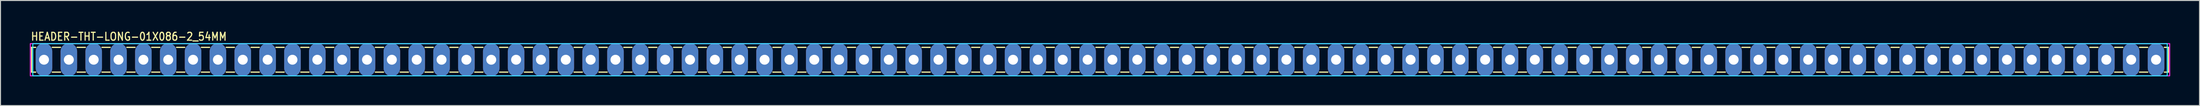
<source format=kicad_pcb>
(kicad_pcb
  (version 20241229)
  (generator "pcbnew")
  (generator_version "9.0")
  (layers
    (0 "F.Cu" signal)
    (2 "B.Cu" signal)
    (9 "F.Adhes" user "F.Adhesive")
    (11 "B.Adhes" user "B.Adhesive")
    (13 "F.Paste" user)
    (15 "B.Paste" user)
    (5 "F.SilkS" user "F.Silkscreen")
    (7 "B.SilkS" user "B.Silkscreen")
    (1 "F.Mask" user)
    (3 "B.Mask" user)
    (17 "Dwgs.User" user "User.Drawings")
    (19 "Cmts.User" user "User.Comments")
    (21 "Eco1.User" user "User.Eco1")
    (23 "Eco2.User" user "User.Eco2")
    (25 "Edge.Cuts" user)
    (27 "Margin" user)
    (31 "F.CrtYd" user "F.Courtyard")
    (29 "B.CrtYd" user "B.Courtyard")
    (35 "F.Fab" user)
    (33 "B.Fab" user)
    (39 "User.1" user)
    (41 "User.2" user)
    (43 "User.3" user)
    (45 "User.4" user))
  (footprint "HEADER-THT-LONG-01X086-2_54MM"
    (layer "F.Cu")
    (at 1.447 3.079)
    (property "Reference" "HEADER-THT-LONG-01X086-2_54MM" (at -1.4 -1.9 0) (unlocked yes) (layer "F.SilkS") (effects (font (size 0.813 0.695) (thickness 0.122)) (justify left bottom)))
    (fp_line (start -1.27 -1.27) (end -1.27 1.27) (stroke (width 0.127) (type solid)) (layer "F.SilkS"))
    (fp_line (start -1.27 1.27) (end -0.85 1.27) (stroke (width 0.127) (type solid)) (layer "F.SilkS"))
    (fp_line (start -0.85 -1.27) (end -1.27 -1.27) (stroke (width 0.127) (type solid)) (layer "F.SilkS"))
    (fp_line (start 0.85 -1.27) (end 1.69 -1.27) (stroke (width 0.127) (type solid)) (layer "F.SilkS"))
    (fp_line (start 0.85 1.27) (end 1.69 1.27) (stroke (width 0.127) (type solid)) (layer "F.SilkS"))
    (fp_line (start 3.39 -1.27) (end 4.23 -1.27) (stroke (width 0.127) (type solid)) (layer "F.SilkS"))
    (fp_line (start 3.39 1.27) (end 4.23 1.27) (stroke (width 0.127) (type solid)) (layer "F.SilkS"))
    (fp_line (start 5.93 -1.27) (end 6.77 -1.27) (stroke (width 0.127) (type solid)) (layer "F.SilkS"))
    (fp_line (start 5.93 1.27) (end 6.77 1.27) (stroke (width 0.127) (type solid)) (layer "F.SilkS"))
    (fp_line (start 8.47 -1.27) (end 9.31 -1.27) (stroke (width 0.127) (type solid)) (layer "F.SilkS"))
    (fp_line (start 8.47 1.27) (end 9.31 1.27) (stroke (width 0.127) (type solid)) (layer "F.SilkS"))
    (fp_line (start 11.01 -1.27) (end 11.85 -1.27) (stroke (width 0.127) (type solid)) (layer "F.SilkS"))
    (fp_line (start 11.01 1.27) (end 11.85 1.27) (stroke (width 0.127) (type solid)) (layer "F.SilkS"))
    (fp_line (start 13.55 -1.27) (end 14.39 -1.27) (stroke (width 0.127) (type solid)) (layer "F.SilkS"))
    (fp_line (start 13.55 1.27) (end 14.39 1.27) (stroke (width 0.127) (type solid)) (layer "F.SilkS"))
    (fp_line (start 16.09 -1.27) (end 16.93 -1.27) (stroke (width 0.127) (type solid)) (layer "F.SilkS"))
    (fp_line (start 16.09 1.27) (end 16.93 1.27) (stroke (width 0.127) (type solid)) (layer "F.SilkS"))
    (fp_line (start 18.63 -1.27) (end 19.47 -1.27) (stroke (width 0.127) (type solid)) (layer "F.SilkS"))
    (fp_line (start 18.63 1.27) (end 19.47 1.27) (stroke (width 0.127) (type solid)) (layer "F.SilkS"))
    (fp_line (start 21.17 -1.27) (end 22.01 -1.27) (stroke (width 0.127) (type solid)) (layer "F.SilkS"))
    (fp_line (start 21.17 1.27) (end 22.01 1.27) (stroke (width 0.127) (type solid)) (layer "F.SilkS"))
    (fp_line (start 23.71 -1.27) (end 24.55 -1.27) (stroke (width 0.127) (type solid)) (layer "F.SilkS"))
    (fp_line (start 23.71 1.27) (end 24.55 1.27) (stroke (width 0.127) (type solid)) (layer "F.SilkS"))
    (fp_line (start 26.25 -1.27) (end 27.09 -1.27) (stroke (width 0.127) (type solid)) (layer "F.SilkS"))
    (fp_line (start 26.25 1.27) (end 27.09 1.27) (stroke (width 0.127) (type solid)) (layer "F.SilkS"))
    (fp_line (start 28.79 -1.27) (end 29.63 -1.27) (stroke (width 0.127) (type solid)) (layer "F.SilkS"))
    (fp_line (start 28.79 1.27) (end 29.63 1.27) (stroke (width 0.127) (type solid)) (layer "F.SilkS"))
    (fp_line (start 31.33 -1.27) (end 32.17 -1.27) (stroke (width 0.127) (type solid)) (layer "F.SilkS"))
    (fp_line (start 31.33 1.27) (end 32.17 1.27) (stroke (width 0.127) (type solid)) (layer "F.SilkS"))
    (fp_line (start 33.87 -1.27) (end 34.71 -1.27) (stroke (width 0.127) (type solid)) (layer "F.SilkS"))
    (fp_line (start 33.87 1.27) (end 34.71 1.27) (stroke (width 0.127) (type solid)) (layer "F.SilkS"))
    (fp_line (start 36.41 -1.27) (end 37.25 -1.27) (stroke (width 0.127) (type solid)) (layer "F.SilkS"))
    (fp_line (start 36.41 1.27) (end 37.25 1.27) (stroke (width 0.127) (type solid)) (layer "F.SilkS"))
    (fp_line (start 38.95 -1.27) (end 39.79 -1.27) (stroke (width 0.127) (type solid)) (layer "F.SilkS"))
    (fp_line (start 38.95 1.27) (end 39.79 1.27) (stroke (width 0.127) (type solid)) (layer "F.SilkS"))
    (fp_line (start 41.49 -1.27) (end 42.33 -1.27) (stroke (width 0.127) (type solid)) (layer "F.SilkS"))
    (fp_line (start 41.49 1.27) (end 42.33 1.27) (stroke (width 0.127) (type solid)) (layer "F.SilkS"))
    (fp_line (start 44.03 -1.27) (end 44.87 -1.27) (stroke (width 0.127) (type solid)) (layer "F.SilkS"))
    (fp_line (start 44.03 1.27) (end 44.87 1.27) (stroke (width 0.127) (type solid)) (layer "F.SilkS"))
    (fp_line (start 46.57 -1.27) (end 47.41 -1.27) (stroke (width 0.127) (type solid)) (layer "F.SilkS"))
    (fp_line (start 46.57 1.27) (end 47.41 1.27) (stroke (width 0.127) (type solid)) (layer "F.SilkS"))
    (fp_line (start 49.11 -1.27) (end 49.95 -1.27) (stroke (width 0.127) (type solid)) (layer "F.SilkS"))
    (fp_line (start 49.11 1.27) (end 49.95 1.27) (stroke (width 0.127) (type solid)) (layer "F.SilkS"))
    (fp_line (start 51.65 -1.27) (end 52.49 -1.27) (stroke (width 0.127) (type solid)) (layer "F.SilkS"))
    (fp_line (start 51.65 1.27) (end 52.49 1.27) (stroke (width 0.127) (type solid)) (layer "F.SilkS"))
    (fp_line (start 54.19 -1.27) (end 55.03 -1.27) (stroke (width 0.127) (type solid)) (layer "F.SilkS"))
    (fp_line (start 54.19 1.27) (end 55.03 1.27) (stroke (width 0.127) (type solid)) (layer "F.SilkS"))
    (fp_line (start 56.73 -1.27) (end 57.57 -1.27) (stroke (width 0.127) (type solid)) (layer "F.SilkS"))
    (fp_line (start 56.73 1.27) (end 57.57 1.27) (stroke (width 0.127) (type solid)) (layer "F.SilkS"))
    (fp_line (start 59.27 -1.27) (end 60.11 -1.27) (stroke (width 0.127) (type solid)) (layer "F.SilkS"))
    (fp_line (start 59.27 1.27) (end 60.11 1.27) (stroke (width 0.127) (type solid)) (layer "F.SilkS"))
    (fp_line (start 61.81 -1.27) (end 62.65 -1.27) (stroke (width 0.127) (type solid)) (layer "F.SilkS"))
    (fp_line (start 61.81 1.27) (end 62.65 1.27) (stroke (width 0.127) (type solid)) (layer "F.SilkS"))
    (fp_line (start 64.35 -1.27) (end 65.19 -1.27) (stroke (width 0.127) (type solid)) (layer "F.SilkS"))
    (fp_line (start 64.35 1.27) (end 65.19 1.27) (stroke (width 0.127) (type solid)) (layer "F.SilkS"))
    (fp_line (start 66.89 -1.27) (end 67.73 -1.27) (stroke (width 0.127) (type solid)) (layer "F.SilkS"))
    (fp_line (start 66.89 1.27) (end 67.73 1.27) (stroke (width 0.127) (type solid)) (layer "F.SilkS"))
    (fp_line (start 69.43 -1.27) (end 70.27 -1.27) (stroke (width 0.127) (type solid)) (layer "F.SilkS"))
    (fp_line (start 69.43 1.27) (end 70.27 1.27) (stroke (width 0.127) (type solid)) (layer "F.SilkS"))
    (fp_line (start 71.97 -1.27) (end 72.81 -1.27) (stroke (width 0.127) (type solid)) (layer "F.SilkS"))
    (fp_line (start 71.97 1.27) (end 72.81 1.27) (stroke (width 0.127) (type solid)) (layer "F.SilkS"))
    (fp_line (start 74.51 -1.27) (end 75.35 -1.27) (stroke (width 0.127) (type solid)) (layer "F.SilkS"))
    (fp_line (start 74.51 1.27) (end 75.35 1.27) (stroke (width 0.127) (type solid)) (layer "F.SilkS"))
    (fp_line (start 77.05 -1.27) (end 77.89 -1.27) (stroke (width 0.127) (type solid)) (layer "F.SilkS"))
    (fp_line (start 77.05 1.27) (end 77.89 1.27) (stroke (width 0.127) (type solid)) (layer "F.SilkS"))
    (fp_line (start 79.59 -1.27) (end 80.43 -1.27) (stroke (width 0.127) (type solid)) (layer "F.SilkS"))
    (fp_line (start 79.59 1.27) (end 80.43 1.27) (stroke (width 0.127) (type solid)) (layer "F.SilkS"))
    (fp_line (start 82.13 -1.27) (end 82.97 -1.27) (stroke (width 0.127) (type solid)) (layer "F.SilkS"))
    (fp_line (start 82.13 1.27) (end 82.97 1.27) (stroke (width 0.127) (type solid)) (layer "F.SilkS"))
    (fp_line (start 84.67 -1.27) (end 85.51 -1.27) (stroke (width 0.127) (type solid)) (layer "F.SilkS"))
    (fp_line (start 84.67 1.27) (end 85.51 1.27) (stroke (width 0.127) (type solid)) (layer "F.SilkS"))
    (fp_line (start 87.21 -1.27) (end 88.05 -1.27) (stroke (width 0.127) (type solid)) (layer "F.SilkS"))
    (fp_line (start 87.21 1.27) (end 88.05 1.27) (stroke (width 0.127) (type solid)) (layer "F.SilkS"))
    (fp_line (start 89.75 -1.27) (end 90.59 -1.27) (stroke (width 0.127) (type solid)) (layer "F.SilkS"))
    (fp_line (start 89.75 1.27) (end 90.59 1.27) (stroke (width 0.127) (type solid)) (layer "F.SilkS"))
    (fp_line (start 92.29 -1.27) (end 93.13 -1.27) (stroke (width 0.127) (type solid)) (layer "F.SilkS"))
    (fp_line (start 92.29 1.27) (end 93.13 1.27) (stroke (width 0.127) (type solid)) (layer "F.SilkS"))
    (fp_line (start 94.83 -1.27) (end 95.67 -1.27) (stroke (width 0.127) (type solid)) (layer "F.SilkS"))
    (fp_line (start 94.83 1.27) (end 95.67 1.27) (stroke (width 0.127) (type solid)) (layer "F.SilkS"))
    (fp_line (start 97.37 -1.27) (end 98.21 -1.27) (stroke (width 0.127) (type solid)) (layer "F.SilkS"))
    (fp_line (start 97.37 1.27) (end 98.21 1.27) (stroke (width 0.127) (type solid)) (layer "F.SilkS"))
    (fp_line (start 99.91 -1.27) (end 100.75 -1.27) (stroke (width 0.127) (type solid)) (layer "F.SilkS"))
    (fp_line (start 99.91 1.27) (end 100.75 1.27) (stroke (width 0.127) (type solid)) (layer "F.SilkS"))
    (fp_line (start 102.45 -1.27) (end 103.29 -1.27) (stroke (width 0.127) (type solid)) (layer "F.SilkS"))
    (fp_line (start 102.45 1.27) (end 103.29 1.27) (stroke (width 0.127) (type solid)) (layer "F.SilkS"))
    (fp_line (start 104.99 -1.27) (end 105.83 -1.27) (stroke (width 0.127) (type solid)) (layer "F.SilkS"))
    (fp_line (start 104.99 1.27) (end 105.83 1.27) (stroke (width 0.127) (type solid)) (layer "F.SilkS"))
    (fp_line (start 107.53 -1.27) (end 108.37 -1.27) (stroke (width 0.127) (type solid)) (layer "F.SilkS"))
    (fp_line (start 107.53 1.27) (end 108.37 1.27) (stroke (width 0.127) (type solid)) (layer "F.SilkS"))
    (fp_line (start 110.07 -1.27) (end 110.91 -1.27) (stroke (width 0.127) (type solid)) (layer "F.SilkS"))
    (fp_line (start 110.07 1.27) (end 110.91 1.27) (stroke (width 0.127) (type solid)) (layer "F.SilkS"))
    (fp_line (start 112.61 -1.27) (end 113.45 -1.27) (stroke (width 0.127) (type solid)) (layer "F.SilkS"))
    (fp_line (start 112.61 1.27) (end 113.45 1.27) (stroke (width 0.127) (type solid)) (layer "F.SilkS"))
    (fp_line (start 115.15 -1.27) (end 115.99 -1.27) (stroke (width 0.127) (type solid)) (layer "F.SilkS"))
    (fp_line (start 115.15 1.27) (end 115.99 1.27) (stroke (width 0.127) (type solid)) (layer "F.SilkS"))
    (fp_line (start 117.69 -1.27) (end 118.53 -1.27) (stroke (width 0.127) (type solid)) (layer "F.SilkS"))
    (fp_line (start 117.69 1.27) (end 118.53 1.27) (stroke (width 0.127) (type solid)) (layer "F.SilkS"))
    (fp_line (start 120.23 -1.27) (end 121.07 -1.27) (stroke (width 0.127) (type solid)) (layer "F.SilkS"))
    (fp_line (start 120.23 1.27) (end 121.07 1.27) (stroke (width 0.127) (type solid)) (layer "F.SilkS"))
    (fp_line (start 122.77 -1.27) (end 123.61 -1.27) (stroke (width 0.127) (type solid)) (layer "F.SilkS"))
    (fp_line (start 122.77 1.27) (end 123.61 1.27) (stroke (width 0.127) (type solid)) (layer "F.SilkS"))
    (fp_line (start 125.31 -1.27) (end 126.15 -1.27) (stroke (width 0.127) (type solid)) (layer "F.SilkS"))
    (fp_line (start 125.31 1.27) (end 126.15 1.27) (stroke (width 0.127) (type solid)) (layer "F.SilkS"))
    (fp_line (start 127.85 -1.27) (end 128.69 -1.27) (stroke (width 0.127) (type solid)) (layer "F.SilkS"))
    (fp_line (start 127.85 1.27) (end 128.69 1.27) (stroke (width 0.127) (type solid)) (layer "F.SilkS"))
    (fp_line (start 130.39 -1.27) (end 131.23 -1.27) (stroke (width 0.127) (type solid)) (layer "F.SilkS"))
    (fp_line (start 130.39 1.27) (end 131.23 1.27) (stroke (width 0.127) (type solid)) (layer "F.SilkS"))
    (fp_line (start 132.93 -1.27) (end 133.77 -1.27) (stroke (width 0.127) (type solid)) (layer "F.SilkS"))
    (fp_line (start 132.93 1.27) (end 133.77 1.27) (stroke (width 0.127) (type solid)) (layer "F.SilkS"))
    (fp_line (start 135.47 -1.27) (end 136.31 -1.27) (stroke (width 0.127) (type solid)) (layer "F.SilkS"))
    (fp_line (start 135.47 1.27) (end 136.31 1.27) (stroke (width 0.127) (type solid)) (layer "F.SilkS"))
    (fp_line (start 138.01 -1.27) (end 138.85 -1.27) (stroke (width 0.127) (type solid)) (layer "F.SilkS"))
    (fp_line (start 138.01 1.27) (end 138.85 1.27) (stroke (width 0.127) (type solid)) (layer "F.SilkS"))
    (fp_line (start 140.55 -1.27) (end 141.39 -1.27) (stroke (width 0.127) (type solid)) (layer "F.SilkS"))
    (fp_line (start 140.55 1.27) (end 141.39 1.27) (stroke (width 0.127) (type solid)) (layer "F.SilkS"))
    (fp_line (start 143.09 -1.27) (end 143.93 -1.27) (stroke (width 0.127) (type solid)) (layer "F.SilkS"))
    (fp_line (start 143.09 1.27) (end 143.93 1.27) (stroke (width 0.127) (type solid)) (layer "F.SilkS"))
    (fp_line (start 145.63 -1.27) (end 146.47 -1.27) (stroke (width 0.127) (type solid)) (layer "F.SilkS"))
    (fp_line (start 145.63 1.27) (end 146.47 1.27) (stroke (width 0.127) (type solid)) (layer "F.SilkS"))
    (fp_line (start 148.17 -1.27) (end 149.01 -1.27) (stroke (width 0.127) (type solid)) (layer "F.SilkS"))
    (fp_line (start 148.17 1.27) (end 149.01 1.27) (stroke (width 0.127) (type solid)) (layer "F.SilkS"))
    (fp_line (start 150.71 -1.27) (end 151.55 -1.27) (stroke (width 0.127) (type solid)) (layer "F.SilkS"))
    (fp_line (start 150.71 1.27) (end 151.55 1.27) (stroke (width 0.127) (type solid)) (layer "F.SilkS"))
    (fp_line (start 153.25 -1.27) (end 154.09 -1.27) (stroke (width 0.127) (type solid)) (layer "F.SilkS"))
    (fp_line (start 153.25 1.27) (end 154.09 1.27) (stroke (width 0.127) (type solid)) (layer "F.SilkS"))
    (fp_line (start 155.79 -1.27) (end 156.63 -1.27) (stroke (width 0.127) (type solid)) (layer "F.SilkS"))
    (fp_line (start 155.79 1.27) (end 156.63 1.27) (stroke (width 0.127) (type solid)) (layer "F.SilkS"))
    (fp_line (start 158.33 -1.27) (end 159.17 -1.27) (stroke (width 0.127) (type solid)) (layer "F.SilkS"))
    (fp_line (start 158.33 1.27) (end 159.17 1.27) (stroke (width 0.127) (type solid)) (layer "F.SilkS"))
    (fp_line (start 160.87 -1.27) (end 161.71 -1.27) (stroke (width 0.127) (type solid)) (layer "F.SilkS"))
    (fp_line (start 160.87 1.27) (end 161.71 1.27) (stroke (width 0.127) (type solid)) (layer "F.SilkS"))
    (fp_line (start 163.41 -1.27) (end 164.25 -1.27) (stroke (width 0.127) (type solid)) (layer "F.SilkS"))
    (fp_line (start 163.41 1.27) (end 164.25 1.27) (stroke (width 0.127) (type solid)) (layer "F.SilkS"))
    (fp_line (start 165.95 -1.27) (end 166.79 -1.27) (stroke (width 0.127) (type solid)) (layer "F.SilkS"))
    (fp_line (start 165.95 1.27) (end 166.79 1.27) (stroke (width 0.127) (type solid)) (layer "F.SilkS"))
    (fp_line (start 168.49 -1.27) (end 169.33 -1.27) (stroke (width 0.127) (type solid)) (layer "F.SilkS"))
    (fp_line (start 168.49 1.27) (end 169.33 1.27) (stroke (width 0.127) (type solid)) (layer "F.SilkS"))
    (fp_line (start 171.03 -1.27) (end 171.87 -1.27) (stroke (width 0.127) (type solid)) (layer "F.SilkS"))
    (fp_line (start 171.03 1.27) (end 171.87 1.27) (stroke (width 0.127) (type solid)) (layer "F.SilkS"))
    (fp_line (start 173.57 -1.27) (end 174.41 -1.27) (stroke (width 0.127) (type solid)) (layer "F.SilkS"))
    (fp_line (start 173.57 1.27) (end 174.41 1.27) (stroke (width 0.127) (type solid)) (layer "F.SilkS"))
    (fp_line (start 176.11 -1.27) (end 176.95 -1.27) (stroke (width 0.127) (type solid)) (layer "F.SilkS"))
    (fp_line (start 176.11 1.27) (end 176.95 1.27) (stroke (width 0.127) (type solid)) (layer "F.SilkS"))
    (fp_line (start 178.65 -1.27) (end 179.49 -1.27) (stroke (width 0.127) (type solid)) (layer "F.SilkS"))
    (fp_line (start 178.65 1.27) (end 179.49 1.27) (stroke (width 0.127) (type solid)) (layer "F.SilkS"))
    (fp_line (start 181.19 -1.27) (end 182.03 -1.27) (stroke (width 0.127) (type solid)) (layer "F.SilkS"))
    (fp_line (start 181.19 1.27) (end 182.03 1.27) (stroke (width 0.127) (type solid)) (layer "F.SilkS"))
    (fp_line (start 183.73 -1.27) (end 184.57 -1.27) (stroke (width 0.127) (type solid)) (layer "F.SilkS"))
    (fp_line (start 183.73 1.27) (end 184.57 1.27) (stroke (width 0.127) (type solid)) (layer "F.SilkS"))
    (fp_line (start 186.27 -1.27) (end 187.11 -1.27) (stroke (width 0.127) (type solid)) (layer "F.SilkS"))
    (fp_line (start 186.27 1.27) (end 187.11 1.27) (stroke (width 0.127) (type solid)) (layer "F.SilkS"))
    (fp_line (start 188.81 -1.27) (end 189.65 -1.27) (stroke (width 0.127) (type solid)) (layer "F.SilkS"))
    (fp_line (start 188.81 1.27) (end 189.65 1.27) (stroke (width 0.127) (type solid)) (layer "F.SilkS"))
    (fp_line (start 191.35 -1.27) (end 192.19 -1.27) (stroke (width 0.127) (type solid)) (layer "F.SilkS"))
    (fp_line (start 191.35 1.27) (end 192.19 1.27) (stroke (width 0.127) (type solid)) (layer "F.SilkS"))
    (fp_line (start 193.89 -1.27) (end 194.73 -1.27) (stroke (width 0.127) (type solid)) (layer "F.SilkS"))
    (fp_line (start 193.89 1.27) (end 194.73 1.27) (stroke (width 0.127) (type solid)) (layer "F.SilkS"))
    (fp_line (start 196.43 -1.27) (end 197.27 -1.27) (stroke (width 0.127) (type solid)) (layer "F.SilkS"))
    (fp_line (start 196.43 1.27) (end 197.27 1.27) (stroke (width 0.127) (type solid)) (layer "F.SilkS"))
    (fp_line (start 198.97 -1.27) (end 199.81 -1.27) (stroke (width 0.127) (type solid)) (layer "F.SilkS"))
    (fp_line (start 198.97 1.27) (end 199.81 1.27) (stroke (width 0.127) (type solid)) (layer "F.SilkS"))
    (fp_line (start 201.51 -1.27) (end 202.35 -1.27) (stroke (width 0.127) (type solid)) (layer "F.SilkS"))
    (fp_line (start 201.51 1.27) (end 202.35 1.27) (stroke (width 0.127) (type solid)) (layer "F.SilkS"))
    (fp_line (start 204.05 -1.27) (end 204.89 -1.27) (stroke (width 0.127) (type solid)) (layer "F.SilkS"))
    (fp_line (start 204.05 1.27) (end 204.89 1.27) (stroke (width 0.127) (type solid)) (layer "F.SilkS"))
    (fp_line (start 206.59 -1.27) (end 207.43 -1.27) (stroke (width 0.127) (type solid)) (layer "F.SilkS"))
    (fp_line (start 206.59 1.27) (end 207.43 1.27) (stroke (width 0.127) (type solid)) (layer "F.SilkS"))
    (fp_line (start 209.13 -1.27) (end 209.97 -1.27) (stroke (width 0.127) (type solid)) (layer "F.SilkS"))
    (fp_line (start 209.13 1.27) (end 209.97 1.27) (stroke (width 0.127) (type solid)) (layer "F.SilkS"))
    (fp_line (start 211.67 -1.27) (end 212.51 -1.27) (stroke (width 0.127) (type solid)) (layer "F.SilkS"))
    (fp_line (start 211.67 1.27) (end 212.51 1.27) (stroke (width 0.127) (type solid)) (layer "F.SilkS"))
    (fp_line (start 214.21 -1.27) (end 215.05 -1.27) (stroke (width 0.127) (type solid)) (layer "F.SilkS"))
    (fp_line (start 214.21 1.27) (end 215.05 1.27) (stroke (width 0.127) (type solid)) (layer "F.SilkS"))
    (fp_line (start 216.75 -1.27) (end 217.17 -1.27) (stroke (width 0.127) (type solid)) (layer "F.SilkS"))
    (fp_line (start 217.17 -1.27) (end 217.17 1.27) (stroke (width 0.127) (type solid)) (layer "F.SilkS"))
    (fp_line (start 217.17 1.27) (end 216.75 1.27) (stroke (width 0.127) (type solid)) (layer "F.SilkS"))
    (fp_poly (pts (xy -1.143 -1.651) (xy 217.043 -1.651) (xy 217.043 1.651) (xy -1.143 1.651)) (stroke (width 0.1) (type solid)) (fill no) (layer "B.CrtYd"))
    (fp_poly (pts (xy -1.397 -1.651) (xy 217.297 -1.651) (xy 217.297 1.651) (xy -1.397 1.651)) (stroke (width 0.1) (type solid)) (fill no) (layer "F.CrtYd"))
    (pad "P$1" thru_hole oval (at 0 0 90) (size 3.387 1.693) (drill 1.016) (layers "*.Cu" "*.Mask"))
    (pad "P$2" thru_hole oval (at 2.54 0 90) (size 3.387 1.693) (drill 1.016) (layers "*.Cu" "*.Mask"))
    (pad "P$3" thru_hole oval (at 5.08 0 90) (size 3.387 1.693) (drill 1.016) (layers "*.Cu" "*.Mask"))
    (pad "P$4" thru_hole oval (at 7.62 0 90) (size 3.387 1.693) (drill 1.016) (layers "*.Cu" "*.Mask"))
    (pad "P$5" thru_hole oval (at 10.16 0 90) (size 3.387 1.693) (drill 1.016) (layers "*.Cu" "*.Mask"))
    (pad "P$6" thru_hole oval (at 12.7 0 90) (size 3.387 1.693) (drill 1.016) (layers "*.Cu" "*.Mask"))
    (pad "P$7" thru_hole oval (at 15.24 0 90) (size 3.387 1.693) (drill 1.016) (layers "*.Cu" "*.Mask"))
    (pad "P$8" thru_hole oval (at 17.78 0 90) (size 3.387 1.693) (drill 1.016) (layers "*.Cu" "*.Mask"))
    (pad "P$9" thru_hole oval (at 20.32 0 90) (size 3.387 1.693) (drill 1.016) (layers "*.Cu" "*.Mask"))
    (pad "P$10" thru_hole oval (at 22.86 0 90) (size 3.387 1.693) (drill 1.016) (layers "*.Cu" "*.Mask"))
    (pad "P$11" thru_hole oval (at 25.4 0 90) (size 3.387 1.693) (drill 1.016) (layers "*.Cu" "*.Mask"))
    (pad "P$12" thru_hole oval (at 27.94 0 90) (size 3.387 1.693) (drill 1.016) (layers "*.Cu" "*.Mask"))
    (pad "P$13" thru_hole oval (at 30.48 0 90) (size 3.387 1.693) (drill 1.016) (layers "*.Cu" "*.Mask"))
    (pad "P$14" thru_hole oval (at 33.02 0 90) (size 3.387 1.693) (drill 1.016) (layers "*.Cu" "*.Mask"))
    (pad "P$15" thru_hole oval (at 35.56 0 90) (size 3.387 1.693) (drill 1.016) (layers "*.Cu" "*.Mask"))
    (pad "P$16" thru_hole oval (at 38.1 0 90) (size 3.387 1.693) (drill 1.016) (layers "*.Cu" "*.Mask"))
    (pad "P$17" thru_hole oval (at 40.64 0 90) (size 3.387 1.693) (drill 1.016) (layers "*.Cu" "*.Mask"))
    (pad "P$18" thru_hole oval (at 43.18 0 90) (size 3.387 1.693) (drill 1.016) (layers "*.Cu" "*.Mask"))
    (pad "P$19" thru_hole oval (at 45.72 0 90) (size 3.387 1.693) (drill 1.016) (layers "*.Cu" "*.Mask"))
    (pad "P$20" thru_hole oval (at 48.26 0 90) (size 3.387 1.693) (drill 1.016) (layers "*.Cu" "*.Mask"))
    (pad "P$21" thru_hole oval (at 50.8 0 90) (size 3.387 1.693) (drill 1.016) (layers "*.Cu" "*.Mask"))
    (pad "P$22" thru_hole oval (at 53.34 0 90) (size 3.387 1.693) (drill 1.016) (layers "*.Cu" "*.Mask"))
    (pad "P$23" thru_hole oval (at 55.88 0 90) (size 3.387 1.693) (drill 1.016) (layers "*.Cu" "*.Mask"))
    (pad "P$24" thru_hole oval (at 58.42 0 90) (size 3.387 1.693) (drill 1.016) (layers "*.Cu" "*.Mask"))
    (pad "P$25" thru_hole oval (at 60.96 0 90) (size 3.387 1.693) (drill 1.016) (layers "*.Cu" "*.Mask"))
    (pad "P$26" thru_hole oval (at 63.5 0 90) (size 3.387 1.693) (drill 1.016) (layers "*.Cu" "*.Mask"))
    (pad "P$27" thru_hole oval (at 66.04 0 90) (size 3.387 1.693) (drill 1.016) (layers "*.Cu" "*.Mask"))
    (pad "P$28" thru_hole oval (at 68.58 0 90) (size 3.387 1.693) (drill 1.016) (layers "*.Cu" "*.Mask"))
    (pad "P$29" thru_hole oval (at 71.12 0 90) (size 3.387 1.693) (drill 1.016) (layers "*.Cu" "*.Mask"))
    (pad "P$30" thru_hole oval (at 73.66 0 90) (size 3.387 1.693) (drill 1.016) (layers "*.Cu" "*.Mask"))
    (pad "P$31" thru_hole oval (at 76.2 0 90) (size 3.387 1.693) (drill 1.016) (layers "*.Cu" "*.Mask"))
    (pad "P$32" thru_hole oval (at 78.74 0 90) (size 3.387 1.693) (drill 1.016) (layers "*.Cu" "*.Mask"))
    (pad "P$33" thru_hole oval (at 81.28 0 90) (size 3.387 1.693) (drill 1.016) (layers "*.Cu" "*.Mask"))
    (pad "P$34" thru_hole oval (at 83.82 0 90) (size 3.387 1.693) (drill 1.016) (layers "*.Cu" "*.Mask"))
    (pad "P$35" thru_hole oval (at 86.36 0 90) (size 3.387 1.693) (drill 1.016) (layers "*.Cu" "*.Mask"))
    (pad "P$36" thru_hole oval (at 88.9 0 90) (size 3.387 1.693) (drill 1.016) (layers "*.Cu" "*.Mask"))
    (pad "P$37" thru_hole oval (at 91.44 0 90) (size 3.387 1.693) (drill 1.016) (layers "*.Cu" "*.Mask"))
    (pad "P$38" thru_hole oval (at 93.98 0 90) (size 3.387 1.693) (drill 1.016) (layers "*.Cu" "*.Mask"))
    (pad "P$39" thru_hole oval (at 96.52 0 90) (size 3.387 1.693) (drill 1.016) (layers "*.Cu" "*.Mask"))
    (pad "P$40" thru_hole oval (at 99.06 0 90) (size 3.387 1.693) (drill 1.016) (layers "*.Cu" "*.Mask"))
    (pad "P$41" thru_hole oval (at 101.6 0 90) (size 3.387 1.693) (drill 1.016) (layers "*.Cu" "*.Mask"))
    (pad "P$42" thru_hole oval (at 104.14 0 90) (size 3.387 1.693) (drill 1.016) (layers "*.Cu" "*.Mask"))
    (pad "P$43" thru_hole oval (at 106.68 0 90) (size 3.387 1.693) (drill 1.016) (layers "*.Cu" "*.Mask"))
    (pad "P$44" thru_hole oval (at 109.22 0 90) (size 3.387 1.693) (drill 1.016) (layers "*.Cu" "*.Mask"))
    (pad "P$45" thru_hole oval (at 111.76 0 90) (size 3.387 1.693) (drill 1.016) (layers "*.Cu" "*.Mask"))
    (pad "P$46" thru_hole oval (at 114.3 0 90) (size 3.387 1.693) (drill 1.016) (layers "*.Cu" "*.Mask"))
    (pad "P$47" thru_hole oval (at 116.84 0 90) (size 3.387 1.693) (drill 1.016) (layers "*.Cu" "*.Mask"))
    (pad "P$48" thru_hole oval (at 119.38 0 90) (size 3.387 1.693) (drill 1.016) (layers "*.Cu" "*.Mask"))
    (pad "P$49" thru_hole oval (at 121.92 0 90) (size 3.387 1.693) (drill 1.016) (layers "*.Cu" "*.Mask"))
    (pad "P$50" thru_hole oval (at 124.46 0 90) (size 3.387 1.693) (drill 1.016) (layers "*.Cu" "*.Mask"))
    (pad "P$51" thru_hole oval (at 127 0 90) (size 3.387 1.693) (drill 1.016) (layers "*.Cu" "*.Mask"))
    (pad "P$52" thru_hole oval (at 129.54 0 90) (size 3.387 1.693) (drill 1.016) (layers "*.Cu" "*.Mask"))
    (pad "P$53" thru_hole oval (at 132.08 0 90) (size 3.387 1.693) (drill 1.016) (layers "*.Cu" "*.Mask"))
    (pad "P$54" thru_hole oval (at 134.62 0 90) (size 3.387 1.693) (drill 1.016) (layers "*.Cu" "*.Mask"))
    (pad "P$55" thru_hole oval (at 137.16 0 90) (size 3.387 1.693) (drill 1.016) (layers "*.Cu" "*.Mask"))
    (pad "P$56" thru_hole oval (at 139.7 0 90) (size 3.387 1.693) (drill 1.016) (layers "*.Cu" "*.Mask"))
    (pad "P$57" thru_hole oval (at 142.24 0 90) (size 3.387 1.693) (drill 1.016) (layers "*.Cu" "*.Mask"))
    (pad "P$58" thru_hole oval (at 144.78 0 90) (size 3.387 1.693) (drill 1.016) (layers "*.Cu" "*.Mask"))
    (pad "P$59" thru_hole oval (at 147.32 0 90) (size 3.387 1.693) (drill 1.016) (layers "*.Cu" "*.Mask"))
    (pad "P$60" thru_hole oval (at 149.86 0 90) (size 3.387 1.693) (drill 1.016) (layers "*.Cu" "*.Mask"))
    (pad "P$61" thru_hole oval (at 152.4 0 90) (size 3.387 1.693) (drill 1.016) (layers "*.Cu" "*.Mask"))
    (pad "P$62" thru_hole oval (at 154.94 0 90) (size 3.387 1.693) (drill 1.016) (layers "*.Cu" "*.Mask"))
    (pad "P$63" thru_hole oval (at 157.48 0 90) (size 3.387 1.693) (drill 1.016) (layers "*.Cu" "*.Mask"))
    (pad "P$64" thru_hole oval (at 160.02 0 90) (size 3.387 1.693) (drill 1.016) (layers "*.Cu" "*.Mask"))
    (pad "P$65" thru_hole oval (at 162.56 0 90) (size 3.387 1.693) (drill 1.016) (layers "*.Cu" "*.Mask"))
    (pad "P$66" thru_hole oval (at 165.1 0 90) (size 3.387 1.693) (drill 1.016) (layers "*.Cu" "*.Mask"))
    (pad "P$67" thru_hole oval (at 167.64 0 90) (size 3.387 1.693) (drill 1.016) (layers "*.Cu" "*.Mask"))
    (pad "P$68" thru_hole oval (at 170.18 0 90) (size 3.387 1.693) (drill 1.016) (layers "*.Cu" "*.Mask"))
    (pad "P$69" thru_hole oval (at 172.72 0 90) (size 3.387 1.693) (drill 1.016) (layers "*.Cu" "*.Mask"))
    (pad "P$70" thru_hole oval (at 175.26 0 90) (size 3.387 1.693) (drill 1.016) (layers "*.Cu" "*.Mask"))
    (pad "P$71" thru_hole oval (at 177.8 0 90) (size 3.387 1.693) (drill 1.016) (layers "*.Cu" "*.Mask"))
    (pad "P$72" thru_hole oval (at 180.34 0 90) (size 3.387 1.693) (drill 1.016) (layers "*.Cu" "*.Mask"))
    (pad "P$73" thru_hole oval (at 182.88 0 90) (size 3.387 1.693) (drill 1.016) (layers "*.Cu" "*.Mask"))
    (pad "P$74" thru_hole oval (at 185.42 0 90) (size 3.387 1.693) (drill 1.016) (layers "*.Cu" "*.Mask"))
    (pad "P$75" thru_hole oval (at 187.96 0 90) (size 3.387 1.693) (drill 1.016) (layers "*.Cu" "*.Mask"))
    (pad "P$76" thru_hole oval (at 190.5 0 90) (size 3.387 1.693) (drill 1.016) (layers "*.Cu" "*.Mask"))
    (pad "P$77" thru_hole oval (at 193.04 0 90) (size 3.387 1.693) (drill 1.016) (layers "*.Cu" "*.Mask"))
    (pad "P$78" thru_hole oval (at 195.58 0 90) (size 3.387 1.693) (drill 1.016) (layers "*.Cu" "*.Mask"))
    (pad "P$79" thru_hole oval (at 198.12 0 90) (size 3.387 1.693) (drill 1.016) (layers "*.Cu" "*.Mask"))
    (pad "P$80" thru_hole oval (at 200.66 0 90) (size 3.387 1.693) (drill 1.016) (layers "*.Cu" "*.Mask"))
    (pad "P$81" thru_hole oval (at 203.2 0 90) (size 3.387 1.693) (drill 1.016) (layers "*.Cu" "*.Mask"))
    (pad "P$82" thru_hole oval (at 205.74 0 90) (size 3.387 1.693) (drill 1.016) (layers "*.Cu" "*.Mask"))
    (pad "P$83" thru_hole oval (at 208.28 0 90) (size 3.387 1.693) (drill 1.016) (layers "*.Cu" "*.Mask"))
    (pad "P$84" thru_hole oval (at 210.82 0 90) (size 3.387 1.693) (drill 1.016) (layers "*.Cu" "*.Mask"))
    (pad "P$85" thru_hole oval (at 213.36 0 90) (size 3.387 1.693) (drill 1.016) (layers "*.Cu" "*.Mask"))
    (pad "P$86" thru_hole oval (at 215.9 0 90) (size 3.387 1.693) (drill 1.016) (layers "*.Cu" "*.Mask")))
  (gr_rect
    (start -3 -3)
    (end 221.794 7.78)
    (stroke (width 0.1) (type default))
    (fill no)
    (layer "Edge.Cuts")))
</source>
